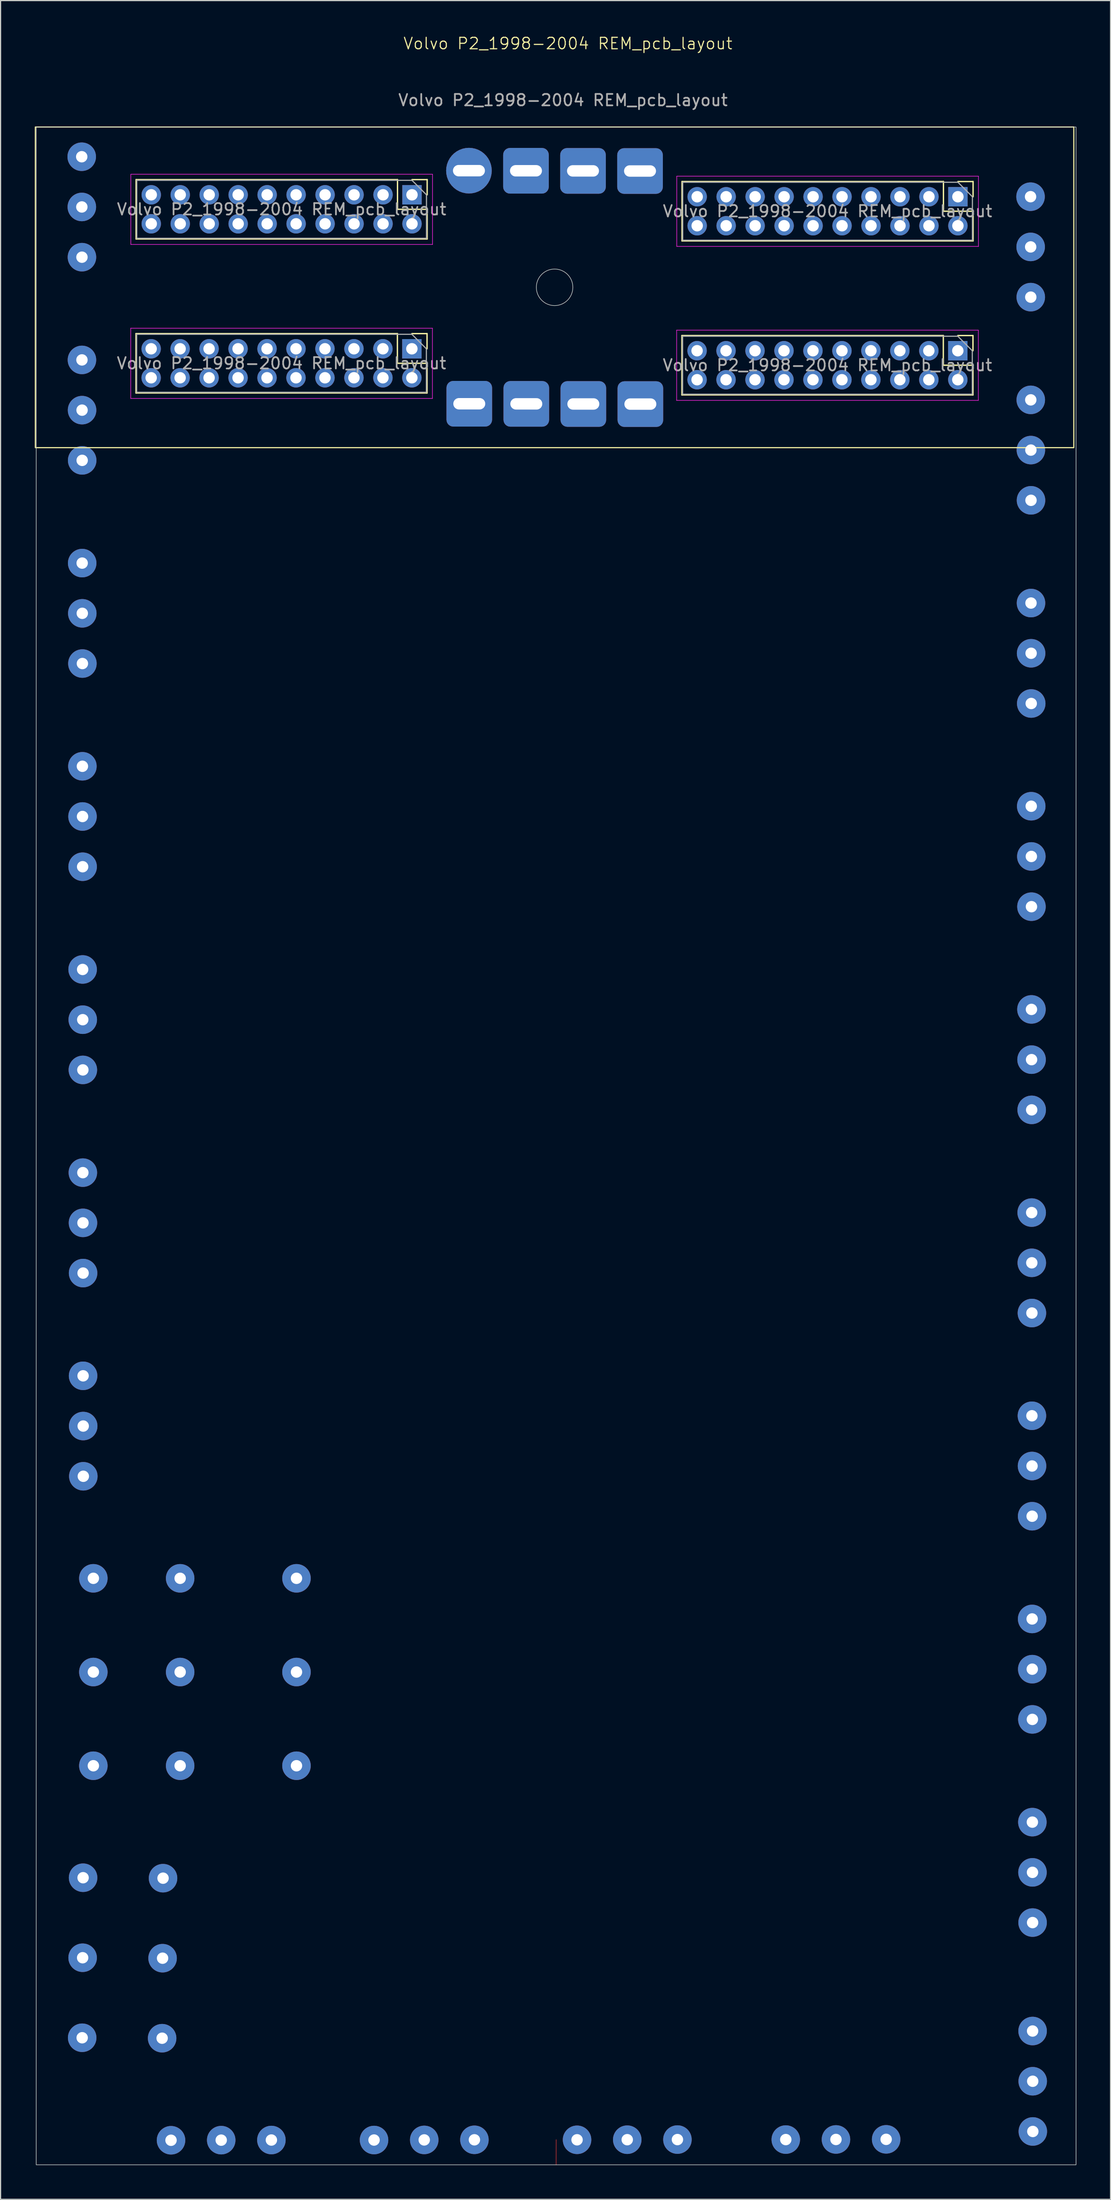
<source format=kicad_pcb>
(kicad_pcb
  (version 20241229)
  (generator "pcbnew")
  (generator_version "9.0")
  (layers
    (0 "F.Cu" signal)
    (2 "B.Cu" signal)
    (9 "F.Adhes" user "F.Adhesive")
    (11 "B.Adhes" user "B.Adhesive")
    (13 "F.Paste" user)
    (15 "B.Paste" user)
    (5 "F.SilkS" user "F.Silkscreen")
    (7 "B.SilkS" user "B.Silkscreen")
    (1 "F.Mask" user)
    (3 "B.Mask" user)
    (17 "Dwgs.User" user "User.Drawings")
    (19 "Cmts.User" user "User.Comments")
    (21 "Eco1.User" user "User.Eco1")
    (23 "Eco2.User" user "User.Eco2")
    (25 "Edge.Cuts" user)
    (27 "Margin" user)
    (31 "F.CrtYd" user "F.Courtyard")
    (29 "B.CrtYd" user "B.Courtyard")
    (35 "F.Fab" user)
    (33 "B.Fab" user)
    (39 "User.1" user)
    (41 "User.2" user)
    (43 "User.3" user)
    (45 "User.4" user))
  (footprint "Volvo P2_1998-2004 REM_pcb_layout"
    (layer "F.Cu")
    (at 45.515 113.551)
    (property "Reference" "Volvo P2_1998-2004 REM_pcb_layout" (at 1.23 -112.79 0) (unlocked yes) (layer "F.SilkS") (effects (font (size 1 1) (thickness 0.1))))
    (attr smd)
    (fp_line (start 0.195 73.05) (end 0.2 70.85) (stroke (width 0.05) (type default)) (layer "F.Cu"))
    (fp_line (start -36.642 -87.375) (end -36.642 -82.175) (stroke (width 0.12) (type solid)) (layer "F.SilkS"))
    (fp_line (start -36.633 -100.865) (end -36.633 -95.665) (stroke (width 0.12) (type solid)) (layer "F.SilkS"))
    (fp_line (start -13.723 -87.375) (end -36.642 -87.375) (stroke (width 0.12) (type solid)) (layer "F.SilkS"))
    (fp_line (start -13.723 -87.375) (end -13.723 -84.775) (stroke (width 0.12) (type solid)) (layer "F.SilkS"))
    (fp_line (start -13.723 -84.775) (end -11.123 -84.775) (stroke (width 0.12) (type solid)) (layer "F.SilkS"))
    (fp_line (start -13.713 -100.865) (end -36.633 -100.865) (stroke (width 0.12) (type solid)) (layer "F.SilkS"))
    (fp_line (start -13.713 -100.865) (end -13.713 -98.265) (stroke (width 0.12) (type solid)) (layer "F.SilkS"))
    (fp_line (start -13.713 -98.265) (end -11.113 -98.265) (stroke (width 0.12) (type solid)) (layer "F.SilkS"))
    (fp_line (start -12.453 -87.375) (end -11.123 -87.375) (stroke (width 0.12) (type solid)) (layer "F.SilkS"))
    (fp_line (start -12.443 -100.865) (end -11.113 -100.865) (stroke (width 0.12) (type solid)) (layer "F.SilkS"))
    (fp_line (start -11.123 -87.375) (end -11.123 -86.045) (stroke (width 0.12) (type solid)) (layer "F.SilkS"))
    (fp_line (start -11.123 -84.775) (end -11.123 -82.175) (stroke (width 0.12) (type solid)) (layer "F.SilkS"))
    (fp_line (start -11.123 -82.175) (end -36.642 -82.175) (stroke (width 0.12) (type solid)) (layer "F.SilkS"))
    (fp_line (start -11.113 -100.865) (end -11.113 -99.535) (stroke (width 0.12) (type solid)) (layer "F.SilkS"))
    (fp_line (start -11.113 -98.265) (end -11.113 -95.665) (stroke (width 0.12) (type solid)) (layer "F.SilkS"))
    (fp_line (start -11.113 -95.665) (end -36.633 -95.665) (stroke (width 0.12) (type solid)) (layer "F.SilkS"))
    (fp_line (start 11.223 -87.205) (end 11.223 -82.005) (stroke (width 0.12) (type solid)) (layer "F.SilkS"))
    (fp_line (start 11.232 -100.695) (end 11.232 -95.495) (stroke (width 0.12) (type solid)) (layer "F.SilkS"))
    (fp_line (start 34.142 -87.205) (end 11.223 -87.205) (stroke (width 0.12) (type solid)) (layer "F.SilkS"))
    (fp_line (start 34.142 -87.205) (end 34.142 -84.605) (stroke (width 0.12) (type solid)) (layer "F.SilkS"))
    (fp_line (start 34.142 -84.605) (end 36.742 -84.605) (stroke (width 0.12) (type solid)) (layer "F.SilkS"))
    (fp_line (start 34.153 -100.695) (end 11.232 -100.695) (stroke (width 0.12) (type solid)) (layer "F.SilkS"))
    (fp_line (start 34.153 -100.695) (end 34.153 -98.095) (stroke (width 0.12) (type solid)) (layer "F.SilkS"))
    (fp_line (start 34.153 -98.095) (end 36.752 -98.095) (stroke (width 0.12) (type solid)) (layer "F.SilkS"))
    (fp_line (start 35.413 -87.205) (end 36.742 -87.205) (stroke (width 0.12) (type solid)) (layer "F.SilkS"))
    (fp_line (start 35.422 -100.695) (end 36.752 -100.695) (stroke (width 0.12) (type solid)) (layer "F.SilkS"))
    (fp_line (start 36.742 -87.205) (end 36.742 -85.875) (stroke (width 0.12) (type solid)) (layer "F.SilkS"))
    (fp_line (start 36.742 -84.605) (end 36.742 -82.005) (stroke (width 0.12) (type solid)) (layer "F.SilkS"))
    (fp_line (start 36.742 -82.005) (end 11.223 -82.005) (stroke (width 0.12) (type solid)) (layer "F.SilkS"))
    (fp_line (start 36.752 -100.695) (end 36.752 -99.365) (stroke (width 0.12) (type solid)) (layer "F.SilkS"))
    (fp_line (start 36.752 -98.095) (end 36.752 -95.495) (stroke (width 0.12) (type solid)) (layer "F.SilkS"))
    (fp_line (start 36.752 -95.495) (end 11.232 -95.495) (stroke (width 0.12) (type solid)) (layer "F.SilkS"))
    (fp_rect (start -45.465 -105.475) (end 45.585 -77.385) (stroke (width 0.1) (type default)) (fill no) (layer "F.SilkS"))
    (fp_rect (start -45.39 -105.47) (end 45.78 73.05) (stroke (width 0.05) (type default)) (fill no) (layer "Edge.Cuts"))
    (fp_circle (center 0.06 -91.43) (end 1.208 -90.315) (stroke (width 0.05) (type default)) (fill no) (layer "Edge.Cuts"))
    (fp_line (start -37.102 -87.845) (end -37.102 -81.695) (stroke (width 0.05) (type solid)) (layer "F.CrtYd"))
    (fp_line (start -37.102 -81.695) (end -10.652 -81.695) (stroke (width 0.05) (type solid)) (layer "F.CrtYd"))
    (fp_line (start -37.093 -101.335) (end -37.093 -95.185) (stroke (width 0.05) (type solid)) (layer "F.CrtYd"))
    (fp_line (start -37.093 -95.185) (end -10.643 -95.185) (stroke (width 0.05) (type solid)) (layer "F.CrtYd"))
    (fp_line (start -10.652 -87.845) (end -37.102 -87.845) (stroke (width 0.05) (type solid)) (layer "F.CrtYd"))
    (fp_line (start -10.652 -81.695) (end -10.652 -87.845) (stroke (width 0.05) (type solid)) (layer "F.CrtYd"))
    (fp_line (start -10.643 -101.335) (end -37.093 -101.335) (stroke (width 0.05) (type solid)) (layer "F.CrtYd"))
    (fp_line (start -10.643 -95.185) (end -10.643 -101.335) (stroke (width 0.05) (type solid)) (layer "F.CrtYd"))
    (fp_line (start 10.762 -87.675) (end 10.762 -81.525) (stroke (width 0.05) (type solid)) (layer "F.CrtYd"))
    (fp_line (start 10.762 -81.525) (end 37.212 -81.525) (stroke (width 0.05) (type solid)) (layer "F.CrtYd"))
    (fp_line (start 10.773 -101.165) (end 10.773 -95.015) (stroke (width 0.05) (type solid)) (layer "F.CrtYd"))
    (fp_line (start 10.773 -95.015) (end 37.222 -95.015) (stroke (width 0.05) (type solid)) (layer "F.CrtYd"))
    (fp_line (start 37.212 -87.675) (end 10.762 -87.675) (stroke (width 0.05) (type solid)) (layer "F.CrtYd"))
    (fp_line (start 37.212 -81.525) (end 37.212 -87.675) (stroke (width 0.05) (type solid)) (layer "F.CrtYd"))
    (fp_line (start 37.222 -101.165) (end 10.773 -101.165) (stroke (width 0.05) (type solid)) (layer "F.CrtYd"))
    (fp_line (start 37.222 -95.015) (end 37.222 -101.165) (stroke (width 0.05) (type solid)) (layer "F.CrtYd"))
    (fp_line (start -36.583 -87.315) (end -12.453 -87.315) (stroke (width 0.1) (type solid)) (layer "F.Fab"))
    (fp_line (start -36.583 -82.235) (end -36.583 -87.315) (stroke (width 0.1) (type solid)) (layer "F.Fab"))
    (fp_line (start -36.572 -100.805) (end -12.443 -100.805) (stroke (width 0.1) (type solid)) (layer "F.Fab"))
    (fp_line (start -36.572 -95.725) (end -36.572 -100.805) (stroke (width 0.1) (type solid)) (layer "F.Fab"))
    (fp_line (start -12.453 -87.315) (end -11.182 -86.045) (stroke (width 0.1) (type solid)) (layer "F.Fab"))
    (fp_line (start -12.443 -100.805) (end -11.172 -99.535) (stroke (width 0.1) (type solid)) (layer "F.Fab"))
    (fp_line (start -11.182 -86.045) (end -11.182 -82.235) (stroke (width 0.1) (type solid)) (layer "F.Fab"))
    (fp_line (start -11.182 -82.235) (end -36.583 -82.235) (stroke (width 0.1) (type solid)) (layer "F.Fab"))
    (fp_line (start -11.172 -99.535) (end -11.172 -95.725) (stroke (width 0.1) (type solid)) (layer "F.Fab"))
    (fp_line (start -11.172 -95.725) (end -36.572 -95.725) (stroke (width 0.1) (type solid)) (layer "F.Fab"))
    (fp_line (start 11.283 -87.145) (end 35.413 -87.145) (stroke (width 0.1) (type solid)) (layer "F.Fab"))
    (fp_line (start 11.283 -82.065) (end 11.283 -87.145) (stroke (width 0.1) (type solid)) (layer "F.Fab"))
    (fp_line (start 11.293 -100.635) (end 35.422 -100.635) (stroke (width 0.1) (type solid)) (layer "F.Fab"))
    (fp_line (start 11.293 -95.555) (end 11.293 -100.635) (stroke (width 0.1) (type solid)) (layer "F.Fab"))
    (fp_line (start 35.413 -87.145) (end 36.682 -85.875) (stroke (width 0.1) (type solid)) (layer "F.Fab"))
    (fp_line (start 35.422 -100.635) (end 36.693 -99.365) (stroke (width 0.1) (type solid)) (layer "F.Fab"))
    (fp_line (start 36.682 -85.875) (end 36.682 -82.065) (stroke (width 0.1) (type solid)) (layer "F.Fab"))
    (fp_line (start 36.682 -82.065) (end 11.283 -82.065) (stroke (width 0.1) (type solid)) (layer "F.Fab"))
    (fp_line (start 36.693 -99.365) (end 36.693 -95.555) (stroke (width 0.1) (type solid)) (layer "F.Fab"))
    (fp_line (start 36.693 -95.555) (end 11.293 -95.555) (stroke (width 0.1) (type solid)) (layer "F.Fab"))
    (fp_text user "${REFERENCE}" (at -23.872 -98.265 0) (layer "F.Fab") (effects (font (size 1 1) (thickness 0.15))))
    (fp_text user "${REFERENCE}" (at 23.992 -98.095 0) (layer "F.Fab") (effects (font (size 1 1) (thickness 0.15))))
    (fp_text user "${REFERENCE}" (at 0.797 -107.825 0) (unlocked yes) (layer "F.Fab") (effects (font (size 1 1) (thickness 0.15))))
    (fp_text user "${REFERENCE}" (at 23.983 -84.605 0) (layer "F.Fab") (effects (font (size 1 1) (thickness 0.15))))
    (fp_text user "${REFERENCE}" (at -23.883 -84.775 0) (layer "F.Fab") (effects (font (size 1 1) (thickness 0.15))))
    (pad "1" thru_hole rect (at 35.422 -99.365 270) (size 1.7 1.7) (drill 1) (layers "*.Cu" "*.Mask"))
    (pad "2" thru_hole oval (at 35.422 -96.825 270) (size 1.7 1.7) (drill 1) (layers "*.Cu" "*.Mask"))
    (pad "3" thru_hole oval (at 32.883 -99.365 270) (size 1.7 1.7) (drill 1) (layers "*.Cu" "*.Mask"))
    (pad "4" thru_hole oval (at 32.883 -96.825 270) (size 1.7 1.7) (drill 1) (layers "*.Cu" "*.Mask"))
    (pad "5" thru_hole oval (at 30.343 -99.365 270) (size 1.7 1.7) (drill 1) (layers "*.Cu" "*.Mask"))
    (pad "6" thru_hole oval (at 30.343 -96.825 270) (size 1.7 1.7) (drill 1) (layers "*.Cu" "*.Mask"))
    (pad "7" thru_hole oval (at 27.802 -99.365 270) (size 1.7 1.7) (drill 1) (layers "*.Cu" "*.Mask"))
    (pad "8" thru_hole oval (at 27.802 -96.825 270) (size 1.7 1.7) (drill 1) (layers "*.Cu" "*.Mask"))
    (pad "9" thru_hole oval (at 25.262 -99.365 270) (size 1.7 1.7) (drill 1) (layers "*.Cu" "*.Mask"))
    (pad "10" thru_hole oval (at 25.262 -96.825 270) (size 1.7 1.7) (drill 1) (layers "*.Cu" "*.Mask"))
    (pad "11" thru_hole oval (at 22.723 -99.365 270) (size 1.7 1.7) (drill 1) (layers "*.Cu" "*.Mask"))
    (pad "12" thru_hole oval (at 22.723 -96.825 270) (size 1.7 1.7) (drill 1) (layers "*.Cu" "*.Mask"))
    (pad "13" thru_hole oval (at 20.183 -99.365 270) (size 1.7 1.7) (drill 1) (layers "*.Cu" "*.Mask"))
    (pad "14" thru_hole oval (at 20.183 -96.825 270) (size 1.7 1.7) (drill 1) (layers "*.Cu" "*.Mask"))
    (pad "15" thru_hole oval (at 17.642 -99.365 270) (size 1.7 1.7) (drill 1) (layers "*.Cu" "*.Mask"))
    (pad "16" thru_hole oval (at 17.642 -96.825 270) (size 1.7 1.7) (drill 1) (layers "*.Cu" "*.Mask"))
    (pad "17" thru_hole oval (at 15.102 -99.365 270) (size 1.7 1.7) (drill 1) (layers "*.Cu" "*.Mask"))
    (pad "18" thru_hole oval (at 15.102 -96.825 270) (size 1.7 1.7) (drill 1) (layers "*.Cu" "*.Mask"))
    (pad "19" thru_hole oval (at 12.562 -99.365 270) (size 1.7 1.7) (drill 1) (layers "*.Cu" "*.Mask"))
    (pad "20" thru_hole oval (at 12.562 -96.825 270) (size 1.7 1.7) (drill 1) (layers "*.Cu" "*.Mask"))
    (pad "21" thru_hole rect (at -12.443 -99.535 270) (size 1.7 1.7) (drill 1) (layers "*.Cu" "*.Mask"))
    (pad "22" thru_hole oval (at -12.443 -96.995 270) (size 1.7 1.7) (drill 1) (layers "*.Cu" "*.Mask"))
    (pad "23" thru_hole oval (at -14.982 -99.535 270) (size 1.7 1.7) (drill 1) (layers "*.Cu" "*.Mask"))
    (pad "24" thru_hole oval (at -14.982 -96.995 270) (size 1.7 1.7) (drill 1) (layers "*.Cu" "*.Mask"))
    (pad "25" thru_hole oval (at -17.523 -99.535 270) (size 1.7 1.7) (drill 1) (layers "*.Cu" "*.Mask"))
    (pad "26" thru_hole oval (at -17.523 -96.995 270) (size 1.7 1.7) (drill 1) (layers "*.Cu" "*.Mask"))
    (pad "27" thru_hole oval (at -20.062 -99.535 270) (size 1.7 1.7) (drill 1) (layers "*.Cu" "*.Mask"))
    (pad "28" thru_hole oval (at -20.062 -96.995 270) (size 1.7 1.7) (drill 1) (layers "*.Cu" "*.Mask"))
    (pad "29" thru_hole oval (at -22.602 -99.535 270) (size 1.7 1.7) (drill 1) (layers "*.Cu" "*.Mask"))
    (pad "30" thru_hole oval (at -22.602 -96.995 270) (size 1.7 1.7) (drill 1) (layers "*.Cu" "*.Mask"))
    (pad "31" thru_hole oval (at -25.142 -99.535 270) (size 1.7 1.7) (drill 1) (layers "*.Cu" "*.Mask"))
    (pad "32" thru_hole oval (at -25.142 -96.995 270) (size 1.7 1.7) (drill 1) (layers "*.Cu" "*.Mask"))
    (pad "33" thru_hole oval (at -27.683 -99.535 270) (size 1.7 1.7) (drill 1) (layers "*.Cu" "*.Mask"))
    (pad "34" thru_hole oval (at -27.683 -96.995 270) (size 1.7 1.7) (drill 1) (layers "*.Cu" "*.Mask"))
    (pad "35" thru_hole oval (at -30.223 -99.535 270) (size 1.7 1.7) (drill 1) (layers "*.Cu" "*.Mask"))
    (pad "36" thru_hole oval (at -30.223 -96.995 270) (size 1.7 1.7) (drill 1) (layers "*.Cu" "*.Mask"))
    (pad "37" thru_hole oval (at -32.763 -99.535 270) (size 1.7 1.7) (drill 1) (layers "*.Cu" "*.Mask"))
    (pad "38" thru_hole oval (at -32.763 -96.995 270) (size 1.7 1.7) (drill 1) (layers "*.Cu" "*.Mask"))
    (pad "39" thru_hole oval (at -35.303 -99.535 270) (size 1.7 1.7) (drill 1) (layers "*.Cu" "*.Mask"))
    (pad "40" thru_hole oval (at -35.303 -96.995 270) (size 1.7 1.7) (drill 1) (layers "*.Cu" "*.Mask"))
    (pad "41" thru_hole rect (at 35.413 -85.875 270) (size 1.7 1.7) (drill 1) (layers "*.Cu" "*.Mask"))
    (pad "42" thru_hole oval (at 35.413 -83.335 270) (size 1.7 1.7) (drill 1) (layers "*.Cu" "*.Mask"))
    (pad "43" thru_hole oval (at 32.873 -85.875 270) (size 1.7 1.7) (drill 1) (layers "*.Cu" "*.Mask"))
    (pad "44" thru_hole oval (at 32.873 -83.335 270) (size 1.7 1.7) (drill 1) (layers "*.Cu" "*.Mask"))
    (pad "45" thru_hole oval (at 30.332 -85.875 270) (size 1.7 1.7) (drill 1) (layers "*.Cu" "*.Mask"))
    (pad "46\\" thru_hole oval (at 30.332 -83.335 270) (size 1.7 1.7) (drill 1) (layers "*.Cu" "*.Mask"))
    (pad "47" thru_hole oval (at 27.793 -85.875 270) (size 1.7 1.7) (drill 1) (layers "*.Cu" "*.Mask"))
    (pad "48\\" thru_hole oval (at 27.793 -83.335 270) (size 1.7 1.7) (drill 1) (layers "*.Cu" "*.Mask"))
    (pad "49" thru_hole oval (at 25.253 -85.875 270) (size 1.7 1.7) (drill 1) (layers "*.Cu" "*.Mask"))
    (pad "50" thru_hole oval (at 25.253 -83.335 270) (size 1.7 1.7) (drill 1) (layers "*.Cu" "*.Mask"))
    (pad "51" thru_hole oval (at 22.712 -85.875 270) (size 1.7 1.7) (drill 1) (layers "*.Cu" "*.Mask"))
    (pad "52" thru_hole oval (at 22.712 -83.335 270) (size 1.7 1.7) (drill 1) (layers "*.Cu" "*.Mask"))
    (pad "53" thru_hole oval (at 20.172 -85.875 270) (size 1.7 1.7) (drill 1) (layers "*.Cu" "*.Mask"))
    (pad "54" thru_hole oval (at 20.172 -83.335 270) (size 1.7 1.7) (drill 1) (layers "*.Cu" "*.Mask"))
    (pad "55" thru_hole oval (at 17.633 -85.875 270) (size 1.7 1.7) (drill 1) (layers "*.Cu" "*.Mask"))
    (pad "56" thru_hole oval (at 17.633 -83.335 270) (size 1.7 1.7) (drill 1) (layers "*.Cu" "*.Mask"))
    (pad "57" thru_hole oval (at 15.092 -85.875 270) (size 1.7 1.7) (drill 1) (layers "*.Cu" "*.Mask"))
    (pad "58" thru_hole oval (at 15.092 -83.335 270) (size 1.7 1.7) (drill 1) (layers "*.Cu" "*.Mask"))
    (pad "59" thru_hole oval (at 12.553 -85.875 270) (size 1.7 1.7) (drill 1) (layers "*.Cu" "*.Mask"))
    (pad "60" thru_hole oval (at 12.553 -83.335 270) (size 1.7 1.7) (drill 1) (layers "*.Cu" "*.Mask"))
    (pad "61" thru_hole rect (at -12.453 -86.045 270) (size 1.7 1.7) (drill 1) (layers "*.Cu" "*.Mask"))
    (pad "62" thru_hole oval (at -12.453 -83.505 270) (size 1.7 1.7) (drill 1) (layers "*.Cu" "*.Mask"))
    (pad "63" thru_hole oval (at -14.992 -86.045 270) (size 1.7 1.7) (drill 1) (layers "*.Cu" "*.Mask"))
    (pad "64" thru_hole oval (at -14.992 -83.505 270) (size 1.7 1.7) (drill 1) (layers "*.Cu" "*.Mask"))
    (pad "65" thru_hole oval (at -17.532 -86.045 270) (size 1.7 1.7) (drill 1) (layers "*.Cu" "*.Mask"))
    (pad "66" thru_hole oval (at -17.532 -83.505 270) (size 1.7 1.7) (drill 1) (layers "*.Cu" "*.Mask"))
    (pad "67" thru_hole oval (at -20.073 -86.045 270) (size 1.7 1.7) (drill 1) (layers "*.Cu" "*.Mask"))
    (pad "68" thru_hole oval (at -20.073 -83.505 270) (size 1.7 1.7) (drill 1) (layers "*.Cu" "*.Mask"))
    (pad "69" thru_hole oval (at -22.613 -86.045 270) (size 1.7 1.7) (drill 1) (layers "*.Cu" "*.Mask"))
    (pad "70" thru_hole oval (at -22.613 -83.505 270) (size 1.7 1.7) (drill 1) (layers "*.Cu" "*.Mask"))
    (pad "71" thru_hole oval (at -25.152 -86.045 270) (size 1.7 1.7) (drill 1) (layers "*.Cu" "*.Mask"))
    (pad "72" thru_hole oval (at -25.152 -83.505 270) (size 1.7 1.7) (drill 1) (layers "*.Cu" "*.Mask"))
    (pad "73" thru_hole oval (at -27.692 -86.045 270) (size 1.7 1.7) (drill 1) (layers "*.Cu" "*.Mask"))
    (pad "74" thru_hole oval (at -27.692 -83.505 270) (size 1.7 1.7) (drill 1) (layers "*.Cu" "*.Mask"))
    (pad "75" thru_hole oval (at -30.233 -86.045 270) (size 1.7 1.7) (drill 1) (layers "*.Cu" "*.Mask"))
    (pad "76" thru_hole oval (at -30.233 -83.505 270) (size 1.7 1.7) (drill 1) (layers "*.Cu" "*.Mask"))
    (pad "77" thru_hole oval (at -32.773 -86.045 270) (size 1.7 1.7) (drill 1) (layers "*.Cu" "*.Mask"))
    (pad "78" thru_hole oval (at -32.773 -83.505 270) (size 1.7 1.7) (drill 1) (layers "*.Cu" "*.Mask"))
    (pad "79" thru_hole oval (at -35.312 -86.045 270) (size 1.7 1.7) (drill 1) (layers "*.Cu" "*.Mask"))
    (pad "80" thru_hole oval (at -35.312 -83.505 270) (size 1.7 1.7) (drill 1) (layers "*.Cu" "*.Mask"))
    (pad "81" thru_hole roundrect (at 7.55 -101.62) (size 4 4) (drill oval 2.8 1) (layers "*.Cu" "*.Mask") (roundrect_rratio 0.15))
    (pad "82" thru_hole roundrect (at 2.55 -101.63) (size 4 4) (drill oval 2.8 1) (layers "*.Cu" "*.Mask") (roundrect_rratio 0.15))
    (pad "83" thru_hole roundrect (at -2.45 -101.64) (size 4 4) (drill oval 2.8 1) (layers "*.Cu" "*.Mask") (roundrect_rratio 0.15))
    (pad "84" thru_hole roundrect (at -7.45 -101.65) (size 4 4) (drill oval 2.8 1) (layers "*.Cu" "*.Mask") (roundrect_rratio 0.5))
    (pad "85" thru_hole roundrect (at 7.58 -81.2) (size 4 4) (drill oval 2.8 1) (layers "*.Cu" "*.Mask") (roundrect_rratio 0.15))
    (pad "86" thru_hole roundrect (at 2.58 -81.21) (size 4 4) (drill oval 2.8 1) (layers "*.Cu" "*.Mask") (roundrect_rratio 0.15))
    (pad "87" thru_hole roundrect (at -2.42 -81.22) (size 4 4) (drill oval 2.8 1) (layers "*.Cu" "*.Mask") (roundrect_rratio 0.15))
    (pad "88" thru_hole roundrect (at -7.42 -81.23) (size 4 4) (drill oval 2.8 1) (layers "*.Cu" "*.Mask") (roundrect_rratio 0.15))
    (pad "89" thru_hole circle (at -41.4 -102.87 270) (size 2.5 2.5) (drill 1) (layers "*.Cu" "*.Mask"))
    (pad "89" thru_hole circle (at -41.39 -98.47 270) (size 2.5 2.5) (drill 1) (layers "*.Cu" "*.Mask"))
    (pad "89" thru_hole circle (at -41.38 -94.07 270) (size 2.5 2.5) (drill 1) (layers "*.Cu" "*.Mask"))
    (pad "89" thru_hole circle (at -41.38 -85.07 270) (size 2.5 2.5) (drill 1) (layers "*.Cu" "*.Mask"))
    (pad "89" thru_hole circle (at -41.37 -80.67 270) (size 2.5 2.5) (drill 1) (layers "*.Cu" "*.Mask"))
    (pad "89" thru_hole circle (at -41.36 -76.27 270) (size 2.5 2.5) (drill 1) (layers "*.Cu" "*.Mask"))
    (pad "89" thru_hole circle (at -41.36 -67.27 270) (size 2.5 2.5) (drill 1) (layers "*.Cu" "*.Mask"))
    (pad "89" thru_hole circle (at -41.36 61.92 270) (size 2.5 2.5) (drill 1) (layers "*.Cu" "*.Mask"))
    (pad "89" thru_hole circle (at -41.35 -62.87 270) (size 2.5 2.5) (drill 1) (layers "*.Cu" "*.Mask"))
    (pad "89" thru_hole circle (at -41.34 -58.47 270) (size 2.5 2.5) (drill 1) (layers "*.Cu" "*.Mask"))
    (pad "89" thru_hole circle (at -41.34 -49.47 270) (size 2.5 2.5) (drill 1) (layers "*.Cu" "*.Mask"))
    (pad "89" thru_hole circle (at -41.33 -45.07 270) (size 2.5 2.5) (drill 1) (layers "*.Cu" "*.Mask"))
    (pad "89" thru_hole circle (at -41.32 -40.67 270) (size 2.5 2.5) (drill 1) (layers "*.Cu" "*.Mask"))
    (pad "89" thru_hole circle (at -41.32 -31.67 270) (size 2.5 2.5) (drill 1) (layers "*.Cu" "*.Mask"))
    (pad "89" thru_hole circle (at -41.32 54.91 270) (size 2.5 2.5) (drill 1) (layers "*.Cu" "*.Mask"))
    (pad "89" thru_hole circle (at -41.31 -27.27 270) (size 2.5 2.5) (drill 1) (layers "*.Cu" "*.Mask"))
    (pad "89" thru_hole circle (at -41.3 -22.87 270) (size 2.5 2.5) (drill 1) (layers "*.Cu" "*.Mask"))
    (pad "89" thru_hole circle (at -41.3 -13.87 270) (size 2.5 2.5) (drill 1) (layers "*.Cu" "*.Mask"))
    (pad "89" thru_hole circle (at -41.29 -9.47 270) (size 2.5 2.5) (drill 1) (layers "*.Cu" "*.Mask"))
    (pad "89" thru_hole circle (at -41.28 -5.07 270) (size 2.5 2.5) (drill 1) (layers "*.Cu" "*.Mask"))
    (pad "89" thru_hole circle (at -41.28 3.93 270) (size 2.5 2.5) (drill 1) (layers "*.Cu" "*.Mask"))
    (pad "89" thru_hole circle (at -41.28 47.9 270) (size 2.5 2.5) (drill 1) (layers "*.Cu" "*.Mask"))
    (pad "89" thru_hole circle (at -41.27 8.33 270) (size 2.5 2.5) (drill 1) (layers "*.Cu" "*.Mask"))
    (pad "89" thru_hole circle (at -41.26 12.73 270) (size 2.5 2.5) (drill 1) (layers "*.Cu" "*.Mask"))
    (pad "89" thru_hole circle (at -40.38 21.67 270) (size 2.5 2.5) (drill 1) (layers "*.Cu" "*.Mask"))
    (pad "89" thru_hole circle (at -40.38 29.88 270) (size 2.5 2.5) (drill 1) (layers "*.Cu" "*.Mask"))
    (pad "89" thru_hole circle (at -40.38 38.09 270) (size 2.5 2.5) (drill 1) (layers "*.Cu" "*.Mask"))
    (pad "89" thru_hole circle (at -34.35 61.96 270) (size 2.5 2.5) (drill 1) (layers "*.Cu" "*.Mask"))
    (pad "89" thru_hole circle (at -34.31 54.95 270) (size 2.5 2.5) (drill 1) (layers "*.Cu" "*.Mask"))
    (pad "89" thru_hole circle (at -34.27 47.94 270) (size 2.5 2.5) (drill 1) (layers "*.Cu" "*.Mask"))
    (pad "89" thru_hole circle (at -33.57 70.9) (size 2.5 2.5) (drill 1) (layers "*.Cu" "*.Mask"))
    (pad "89" thru_hole circle (at -32.77 21.67 270) (size 2.5 2.5) (drill 1) (layers "*.Cu" "*.Mask"))
    (pad "89" thru_hole circle (at -32.77 29.88 270) (size 2.5 2.5) (drill 1) (layers "*.Cu" "*.Mask"))
    (pad "89" thru_hole circle (at -32.77 38.09 270) (size 2.5 2.5) (drill 1) (layers "*.Cu" "*.Mask"))
    (pad "89" thru_hole circle (at -29.17 70.89) (size 2.5 2.5) (drill 1) (layers "*.Cu" "*.Mask"))
    (pad "89" thru_hole circle (at -24.77 70.88) (size 2.5 2.5) (drill 1) (layers "*.Cu" "*.Mask"))
    (pad "89" thru_hole circle (at -22.57 21.67 270) (size 2.5 2.5) (drill 1) (layers "*.Cu" "*.Mask"))
    (pad "89" thru_hole circle (at -22.57 29.88 270) (size 2.5 2.5) (drill 1) (layers "*.Cu" "*.Mask"))
    (pad "89" thru_hole circle (at -22.57 38.09 270) (size 2.5 2.5) (drill 1) (layers "*.Cu" "*.Mask"))
    (pad "89" thru_hole circle (at -15.77 70.88) (size 2.5 2.5) (drill 1) (layers "*.Cu" "*.Mask"))
    (pad "89" thru_hole circle (at -11.37 70.87) (size 2.5 2.5) (drill 1) (layers "*.Cu" "*.Mask"))
    (pad "89" thru_hole circle (at -6.97 70.86) (size 2.5 2.5) (drill 1) (layers "*.Cu" "*.Mask"))
    (pad "89" thru_hole circle (at 2.03 70.86) (size 2.5 2.5) (drill 1) (layers "*.Cu" "*.Mask"))
    (pad "89" thru_hole circle (at 6.43 70.85) (size 2.5 2.5) (drill 1) (layers "*.Cu" "*.Mask"))
    (pad "89" thru_hole circle (at 10.83 70.84) (size 2.5 2.5) (drill 1) (layers "*.Cu" "*.Mask"))
    (pad "89" thru_hole circle (at 20.33 70.84) (size 2.5 2.5) (drill 1) (layers "*.Cu" "*.Mask"))
    (pad "89" thru_hole circle (at 24.73 70.83) (size 2.5 2.5) (drill 1) (layers "*.Cu" "*.Mask"))
    (pad "89" thru_hole circle (at 29.13 70.82) (size 2.5 2.5) (drill 1) (layers "*.Cu" "*.Mask"))
    (pad "89" thru_hole circle (at 41.79 -99.37 270) (size 2.5 2.5) (drill 1) (layers "*.Cu" "*.Mask"))
    (pad "89" thru_hole circle (at 41.8 -94.97 270) (size 2.5 2.5) (drill 1) (layers "*.Cu" "*.Mask"))
    (pad "89" thru_hole circle (at 41.81 -90.57 270) (size 2.5 2.5) (drill 1) (layers "*.Cu" "*.Mask"))
    (pad "89" thru_hole circle (at 41.81 -81.57 270) (size 2.5 2.5) (drill 1) (layers "*.Cu" "*.Mask"))
    (pad "89" thru_hole circle (at 41.82 -77.17 270) (size 2.5 2.5) (drill 1) (layers "*.Cu" "*.Mask"))
    (pad "89" thru_hole circle (at 41.83 -72.77 270) (size 2.5 2.5) (drill 1) (layers "*.Cu" "*.Mask"))
    (pad "89" thru_hole circle (at 41.83 -63.77 270) (size 2.5 2.5) (drill 1) (layers "*.Cu" "*.Mask"))
    (pad "89" thru_hole circle (at 41.84 -59.37 270) (size 2.5 2.5) (drill 1) (layers "*.Cu" "*.Mask"))
    (pad "89" thru_hole circle (at 41.85 -54.97 270) (size 2.5 2.5) (drill 1) (layers "*.Cu" "*.Mask"))
    (pad "89" thru_hole circle (at 41.85 -45.97 270) (size 2.5 2.5) (drill 1) (layers "*.Cu" "*.Mask"))
    (pad "89" thru_hole circle (at 41.86 -41.57 270) (size 2.5 2.5) (drill 1) (layers "*.Cu" "*.Mask"))
    (pad "89" thru_hole circle (at 41.87 -37.17 270) (size 2.5 2.5) (drill 1) (layers "*.Cu" "*.Mask"))
    (pad "89" thru_hole circle (at 41.87 -28.17 270) (size 2.5 2.5) (drill 1) (layers "*.Cu" "*.Mask"))
    (pad "89" thru_hole circle (at 41.88 -23.77 270) (size 2.5 2.5) (drill 1) (layers "*.Cu" "*.Mask"))
    (pad "89" thru_hole circle (at 41.89 -19.37 270) (size 2.5 2.5) (drill 1) (layers "*.Cu" "*.Mask"))
    (pad "89" thru_hole circle (at 41.89 -10.37 270) (size 2.5 2.5) (drill 1) (layers "*.Cu" "*.Mask"))
    (pad "89" thru_hole circle (at 41.9 -5.97 270) (size 2.5 2.5) (drill 1) (layers "*.Cu" "*.Mask"))
    (pad "89" thru_hole circle (at 41.91 -1.57 270) (size 2.5 2.5) (drill 1) (layers "*.Cu" "*.Mask"))
    (pad "89" thru_hole circle (at 41.91 7.43 270) (size 2.5 2.5) (drill 1) (layers "*.Cu" "*.Mask"))
    (pad "89" thru_hole circle (at 41.92 11.83 270) (size 2.5 2.5) (drill 1) (layers "*.Cu" "*.Mask"))
    (pad "89" thru_hole circle (at 41.93 16.23 270) (size 2.5 2.5) (drill 1) (layers "*.Cu" "*.Mask"))
    (pad "89" thru_hole circle (at 41.93 25.23 270) (size 2.5 2.5) (drill 1) (layers "*.Cu" "*.Mask"))
    (pad "89" thru_hole circle (at 41.94 29.63 270) (size 2.5 2.5) (drill 1) (layers "*.Cu" "*.Mask"))
    (pad "89" thru_hole circle (at 41.95 34.03 270) (size 2.5 2.5) (drill 1) (layers "*.Cu" "*.Mask"))
    (pad "89" thru_hole circle (at 41.95 43.03 270) (size 2.5 2.5) (drill 1) (layers "*.Cu" "*.Mask"))
    (pad "89" thru_hole circle (at 41.96 47.43 270) (size 2.5 2.5) (drill 1) (layers "*.Cu" "*.Mask"))
    (pad "89" thru_hole circle (at 41.97 51.83 270) (size 2.5 2.5) (drill 1) (layers "*.Cu" "*.Mask"))
    (pad "89" thru_hole circle (at 41.97 61.33 270) (size 2.5 2.5) (drill 1) (layers "*.Cu" "*.Mask"))
    (pad "89" thru_hole circle (at 41.98 65.73 270) (size 2.5 2.5) (drill 1) (layers "*.Cu" "*.Mask"))
    (pad "89" thru_hole circle (at 41.99 70.13 270) (size 2.5 2.5) (drill 1) (layers "*.Cu" "*.Mask")))
  (gr_rect
    (start -3 -3)
    (end 94.32 189.626)
    (stroke (width 0.1) (type default))
    (fill no)
    (layer "Edge.Cuts")))
</source>
